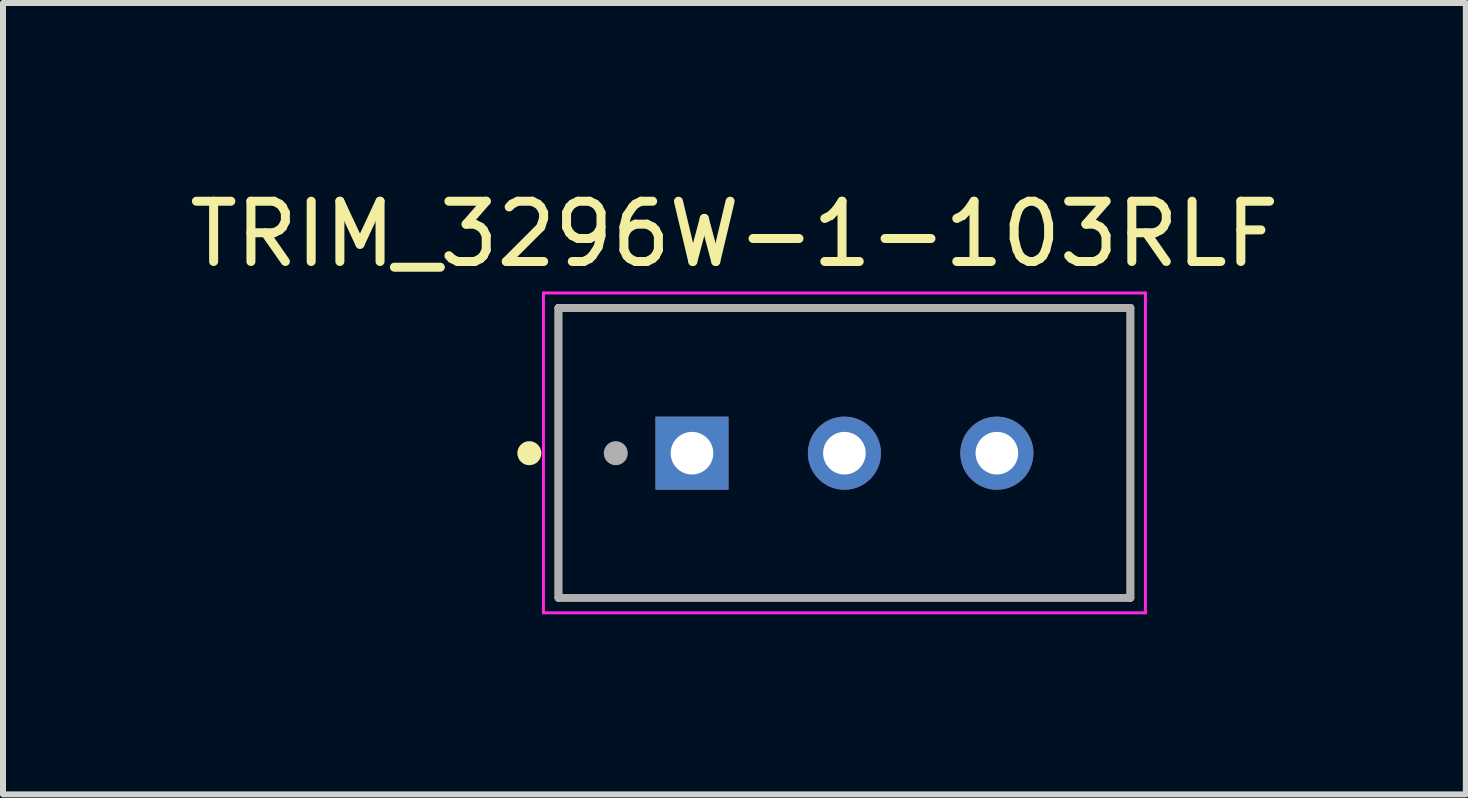
<source format=kicad_pcb>
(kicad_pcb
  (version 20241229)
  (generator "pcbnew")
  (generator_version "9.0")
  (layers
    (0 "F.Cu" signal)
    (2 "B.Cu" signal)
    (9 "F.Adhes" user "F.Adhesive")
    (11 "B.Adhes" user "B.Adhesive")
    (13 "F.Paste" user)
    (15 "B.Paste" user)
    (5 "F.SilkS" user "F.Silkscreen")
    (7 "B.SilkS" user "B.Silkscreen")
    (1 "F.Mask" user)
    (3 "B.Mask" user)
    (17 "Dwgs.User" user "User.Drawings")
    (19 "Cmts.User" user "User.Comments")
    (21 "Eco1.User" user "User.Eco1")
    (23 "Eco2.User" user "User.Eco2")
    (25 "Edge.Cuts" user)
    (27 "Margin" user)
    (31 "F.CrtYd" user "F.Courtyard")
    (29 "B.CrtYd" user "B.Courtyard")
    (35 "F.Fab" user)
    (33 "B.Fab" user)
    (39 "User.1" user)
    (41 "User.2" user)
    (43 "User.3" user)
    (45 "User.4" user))
  (footprint "TRIM_3296W-1-103RLF"
    (layer "F.Cu")
    (at 11.02 4.501)
    (property "Reference" "TRIM_3296W-1-103RLF" (at -1.833 -3.651 0) (layer "F.SilkS") (effects (font (size 1.004 1.004) (thickness 0.15))))
    (attr through_hole)
    (fp_line (start -4.765 -2.42) (end 4.765 -2.42) (stroke (width 0.127) (type solid)) (layer "F.SilkS"))
    (fp_line (start -4.765 2.41) (end -4.765 -2.42) (stroke (width 0.127) (type solid)) (layer "F.SilkS"))
    (fp_line (start 4.765 -2.42) (end 4.765 2.41) (stroke (width 0.127) (type solid)) (layer "F.SilkS"))
    (fp_line (start 4.765 2.41) (end -4.765 2.41) (stroke (width 0.127) (type solid)) (layer "F.SilkS"))
    (fp_circle (center -5.25 0) (end -5.15 0) (stroke (width 0.2) (type solid)) (fill no) (layer "F.SilkS"))
    (fp_line (start -5.015 -2.67) (end 5.015 -2.67) (stroke (width 0.05) (type solid)) (layer "F.CrtYd"))
    (fp_line (start -5.015 2.66) (end -5.015 -2.67) (stroke (width 0.05) (type solid)) (layer "F.CrtYd"))
    (fp_line (start 5.015 -2.67) (end 5.015 2.66) (stroke (width 0.05) (type solid)) (layer "F.CrtYd"))
    (fp_line (start 5.015 2.66) (end -5.015 2.66) (stroke (width 0.05) (type solid)) (layer "F.CrtYd"))
    (fp_line (start -4.765 -2.42) (end 4.765 -2.42) (stroke (width 0.127) (type solid)) (layer "F.Fab"))
    (fp_line (start -4.765 2.41) (end -4.765 -2.42) (stroke (width 0.127) (type solid)) (layer "F.Fab"))
    (fp_line (start 4.765 -2.42) (end 4.765 2.41) (stroke (width 0.127) (type solid)) (layer "F.Fab"))
    (fp_line (start 4.765 2.41) (end -4.765 2.41) (stroke (width 0.127) (type solid)) (layer "F.Fab"))
    (fp_circle (center -3.81 0) (end -3.71 0) (stroke (width 0.2) (type solid)) (fill no) (layer "F.Fab"))
    (pad "1" thru_hole rect (at -2.54 0) (size 1.218 1.218) (drill 0.71) (layers "*.Cu" "*.Mask"))
    (pad "2" thru_hole circle (at 0 0) (size 1.218 1.218) (drill 0.71) (layers "*.Cu" "*.Mask"))
    (pad "3" thru_hole circle (at 2.54 0) (size 1.218 1.218) (drill 0.71) (layers "*.Cu" "*.Mask")))
  (gr_rect
    (start -3 -3)
    (end 21.374 10.186)
    (stroke (width 0.1) (type default))
    (fill no)
    (layer "Edge.Cuts")))
</source>
